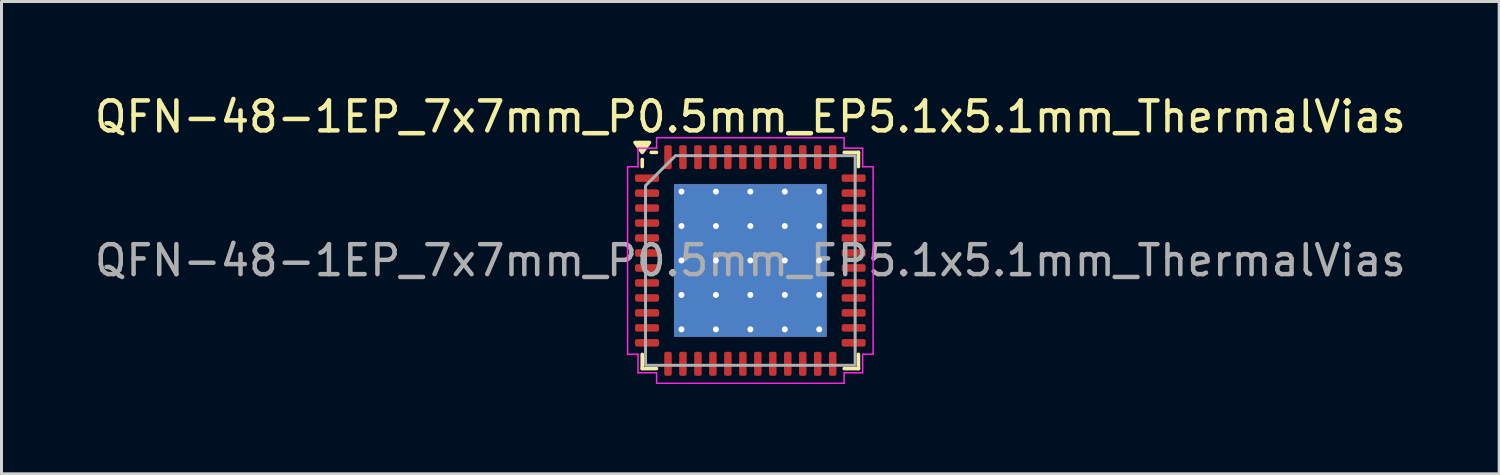
<source format=kicad_pcb>
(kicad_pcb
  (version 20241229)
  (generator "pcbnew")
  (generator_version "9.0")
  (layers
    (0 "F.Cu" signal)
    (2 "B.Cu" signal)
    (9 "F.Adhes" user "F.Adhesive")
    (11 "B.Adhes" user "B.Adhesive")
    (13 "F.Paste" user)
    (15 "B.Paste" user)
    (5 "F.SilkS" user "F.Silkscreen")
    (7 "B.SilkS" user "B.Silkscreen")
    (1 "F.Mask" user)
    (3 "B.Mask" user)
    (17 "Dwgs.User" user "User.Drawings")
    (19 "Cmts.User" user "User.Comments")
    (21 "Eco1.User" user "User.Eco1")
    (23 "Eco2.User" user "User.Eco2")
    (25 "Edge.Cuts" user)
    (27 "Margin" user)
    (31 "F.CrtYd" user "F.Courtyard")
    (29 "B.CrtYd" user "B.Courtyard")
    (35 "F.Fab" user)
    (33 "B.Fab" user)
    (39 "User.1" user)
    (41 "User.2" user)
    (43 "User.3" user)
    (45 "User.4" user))
  (footprint "QFN-48-1EP_7x7mm_P0.5mm_EP5.1x5.1mm_ThermalVias"
    (layer "F.Cu")
    (at 22.006 5.648)
    (property "Reference" "QFN-48-1EP_7x7mm_P0.5mm_EP5.1x5.1mm_ThermalVias" (at 0 -4.8 0) (layer "F.SilkS") (effects (font (size 1 1) (thickness 0.15))))
    (attr smd)
    (fp_line (start -3.61 -3.135) (end -3.61 -3.37) (stroke (width 0.12) (type solid)) (layer "F.SilkS"))
    (fp_line (start -3.61 3.61) (end -3.61 3.135) (stroke (width 0.12) (type solid)) (layer "F.SilkS"))
    (fp_line (start -3.135 -3.61) (end -3.31 -3.61) (stroke (width 0.12) (type solid)) (layer "F.SilkS"))
    (fp_line (start -3.135 3.61) (end -3.61 3.61) (stroke (width 0.12) (type solid)) (layer "F.SilkS"))
    (fp_line (start 3.135 -3.61) (end 3.61 -3.61) (stroke (width 0.12) (type solid)) (layer "F.SilkS"))
    (fp_line (start 3.135 3.61) (end 3.61 3.61) (stroke (width 0.12) (type solid)) (layer "F.SilkS"))
    (fp_line (start 3.61 -3.61) (end 3.61 -3.135) (stroke (width 0.12) (type solid)) (layer "F.SilkS"))
    (fp_line (start 3.61 3.61) (end 3.61 3.135) (stroke (width 0.12) (type solid)) (layer "F.SilkS"))
    (fp_poly (pts (xy -3.61 -3.61) (xy -3.85 -3.94) (xy -3.37 -3.94)) (stroke (width 0.12) (type solid)) (fill yes) (layer "F.SilkS"))
    (fp_line (start -4.1 -3.13) (end -3.75 -3.13) (stroke (width 0.05) (type solid)) (layer "F.CrtYd"))
    (fp_line (start -4.1 3.13) (end -4.1 -3.13) (stroke (width 0.05) (type solid)) (layer "F.CrtYd"))
    (fp_line (start -3.75 -3.75) (end -3.13 -3.75) (stroke (width 0.05) (type solid)) (layer "F.CrtYd"))
    (fp_line (start -3.75 -3.13) (end -3.75 -3.75) (stroke (width 0.05) (type solid)) (layer "F.CrtYd"))
    (fp_line (start -3.75 3.13) (end -4.1 3.13) (stroke (width 0.05) (type solid)) (layer "F.CrtYd"))
    (fp_line (start -3.75 3.75) (end -3.75 3.13) (stroke (width 0.05) (type solid)) (layer "F.CrtYd"))
    (fp_line (start -3.13 -4.1) (end 3.13 -4.1) (stroke (width 0.05) (type solid)) (layer "F.CrtYd"))
    (fp_line (start -3.13 -3.75) (end -3.13 -4.1) (stroke (width 0.05) (type solid)) (layer "F.CrtYd"))
    (fp_line (start -3.13 3.75) (end -3.75 3.75) (stroke (width 0.05) (type solid)) (layer "F.CrtYd"))
    (fp_line (start -3.13 4.1) (end -3.13 3.75) (stroke (width 0.05) (type solid)) (layer "F.CrtYd"))
    (fp_line (start 3.13 -4.1) (end 3.13 -3.75) (stroke (width 0.05) (type solid)) (layer "F.CrtYd"))
    (fp_line (start 3.13 -3.75) (end 3.75 -3.75) (stroke (width 0.05) (type solid)) (layer "F.CrtYd"))
    (fp_line (start 3.13 3.75) (end 3.13 4.1) (stroke (width 0.05) (type solid)) (layer "F.CrtYd"))
    (fp_line (start 3.13 4.1) (end -3.13 4.1) (stroke (width 0.05) (type solid)) (layer "F.CrtYd"))
    (fp_line (start 3.75 -3.75) (end 3.75 -3.13) (stroke (width 0.05) (type solid)) (layer "F.CrtYd"))
    (fp_line (start 3.75 -3.13) (end 4.1 -3.13) (stroke (width 0.05) (type solid)) (layer "F.CrtYd"))
    (fp_line (start 3.75 3.13) (end 3.75 3.75) (stroke (width 0.05) (type solid)) (layer "F.CrtYd"))
    (fp_line (start 3.75 3.75) (end 3.13 3.75) (stroke (width 0.05) (type solid)) (layer "F.CrtYd"))
    (fp_line (start 4.1 -3.13) (end 4.1 3.13) (stroke (width 0.05) (type solid)) (layer "F.CrtYd"))
    (fp_line (start 4.1 3.13) (end 3.75 3.13) (stroke (width 0.05) (type solid)) (layer "F.CrtYd"))
    (fp_poly (pts (xy -3.5 -2.5) (xy -3.5 3.5) (xy 3.5 3.5) (xy 3.5 -3.5) (xy -2.5 -3.5)) (stroke (width 0.1) (type solid)) (fill no) (layer "F.Fab"))
    (fp_text user "${REFERENCE}" (at 0 0 0) (layer "F.Fab") (effects (font (size 1 1) (thickness 0.15))))
    (pad "" smd roundrect (at -1.905 -1.905) (size 0.99 0.99) (layers "F.Paste") (roundrect_rratio 0.25))
    (pad "" smd roundrect (at -1.905 -0.635) (size 0.99 0.99) (layers "F.Paste") (roundrect_rratio 0.25))
    (pad "" smd roundrect (at -1.905 0.635) (size 0.99 0.99) (layers "F.Paste") (roundrect_rratio 0.25))
    (pad "" smd roundrect (at -1.905 1.905) (size 0.99 0.99) (layers "F.Paste") (roundrect_rratio 0.25))
    (pad "" smd roundrect (at -0.635 -1.905) (size 0.99 0.99) (layers "F.Paste") (roundrect_rratio 0.25))
    (pad "" smd roundrect (at -0.635 -0.635) (size 0.99 0.99) (layers "F.Paste") (roundrect_rratio 0.25))
    (pad "" smd roundrect (at -0.635 0.635) (size 0.99 0.99) (layers "F.Paste") (roundrect_rratio 0.25))
    (pad "" smd roundrect (at -0.635 1.905) (size 0.99 0.99) (layers "F.Paste") (roundrect_rratio 0.25))
    (pad "" smd roundrect (at 0.635 -1.905) (size 0.99 0.99) (layers "F.Paste") (roundrect_rratio 0.25))
    (pad "" smd roundrect (at 0.635 -0.635) (size 0.99 0.99) (layers "F.Paste") (roundrect_rratio 0.25))
    (pad "" smd roundrect (at 0.635 0.635) (size 0.99 0.99) (layers "F.Paste") (roundrect_rratio 0.25))
    (pad "" smd roundrect (at 0.635 1.905) (size 0.99 0.99) (layers "F.Paste") (roundrect_rratio 0.25))
    (pad "" smd roundrect (at 1.905 -1.905) (size 0.99 0.99) (layers "F.Paste") (roundrect_rratio 0.25))
    (pad "" smd roundrect (at 1.905 -0.635) (size 0.99 0.99) (layers "F.Paste") (roundrect_rratio 0.25))
    (pad "" smd roundrect (at 1.905 0.635) (size 0.99 0.99) (layers "F.Paste") (roundrect_rratio 0.25))
    (pad "" smd roundrect (at 1.905 1.905) (size 0.99 0.99) (layers "F.Paste") (roundrect_rratio 0.25))
    (pad "1" smd roundrect (at -3.45 -2.75) (size 0.8 0.25) (layers "F.Cu" "F.Mask" "F.Paste") (roundrect_rratio 0.25))
    (pad "2" smd roundrect (at -3.45 -2.25) (size 0.8 0.25) (layers "F.Cu" "F.Mask" "F.Paste") (roundrect_rratio 0.25))
    (pad "3" smd roundrect (at -3.45 -1.75) (size 0.8 0.25) (layers "F.Cu" "F.Mask" "F.Paste") (roundrect_rratio 0.25))
    (pad "4" smd roundrect (at -3.45 -1.25) (size 0.8 0.25) (layers "F.Cu" "F.Mask" "F.Paste") (roundrect_rratio 0.25))
    (pad "5" smd roundrect (at -3.45 -0.75) (size 0.8 0.25) (layers "F.Cu" "F.Mask" "F.Paste") (roundrect_rratio 0.25))
    (pad "6" smd roundrect (at -3.45 -0.25) (size 0.8 0.25) (layers "F.Cu" "F.Mask" "F.Paste") (roundrect_rratio 0.25))
    (pad "7" smd roundrect (at -3.45 0.25) (size 0.8 0.25) (layers "F.Cu" "F.Mask" "F.Paste") (roundrect_rratio 0.25))
    (pad "8" smd roundrect (at -3.45 0.75) (size 0.8 0.25) (layers "F.Cu" "F.Mask" "F.Paste") (roundrect_rratio 0.25))
    (pad "9" smd roundrect (at -3.45 1.25) (size 0.8 0.25) (layers "F.Cu" "F.Mask" "F.Paste") (roundrect_rratio 0.25))
    (pad "10" smd roundrect (at -3.45 1.75) (size 0.8 0.25) (layers "F.Cu" "F.Mask" "F.Paste") (roundrect_rratio 0.25))
    (pad "11" smd roundrect (at -3.45 2.25) (size 0.8 0.25) (layers "F.Cu" "F.Mask" "F.Paste") (roundrect_rratio 0.25))
    (pad "12" smd roundrect (at -3.45 2.75) (size 0.8 0.25) (layers "F.Cu" "F.Mask" "F.Paste") (roundrect_rratio 0.25))
    (pad "13" smd roundrect (at -2.75 3.45) (size 0.25 0.8) (layers "F.Cu" "F.Mask" "F.Paste") (roundrect_rratio 0.25))
    (pad "14" smd roundrect (at -2.25 3.45) (size 0.25 0.8) (layers "F.Cu" "F.Mask" "F.Paste") (roundrect_rratio 0.25))
    (pad "15" smd roundrect (at -1.75 3.45) (size 0.25 0.8) (layers "F.Cu" "F.Mask" "F.Paste") (roundrect_rratio 0.25))
    (pad "16" smd roundrect (at -1.25 3.45) (size 0.25 0.8) (layers "F.Cu" "F.Mask" "F.Paste") (roundrect_rratio 0.25))
    (pad "17" smd roundrect (at -0.75 3.45) (size 0.25 0.8) (layers "F.Cu" "F.Mask" "F.Paste") (roundrect_rratio 0.25))
    (pad "18" smd roundrect (at -0.25 3.45) (size 0.25 0.8) (layers "F.Cu" "F.Mask" "F.Paste") (roundrect_rratio 0.25))
    (pad "19" smd roundrect (at 0.25 3.45) (size 0.25 0.8) (layers "F.Cu" "F.Mask" "F.Paste") (roundrect_rratio 0.25))
    (pad "20" smd roundrect (at 0.75 3.45) (size 0.25 0.8) (layers "F.Cu" "F.Mask" "F.Paste") (roundrect_rratio 0.25))
    (pad "21" smd roundrect (at 1.25 3.45) (size 0.25 0.8) (layers "F.Cu" "F.Mask" "F.Paste") (roundrect_rratio 0.25))
    (pad "22" smd roundrect (at 1.75 3.45) (size 0.25 0.8) (layers "F.Cu" "F.Mask" "F.Paste") (roundrect_rratio 0.25))
    (pad "23" smd roundrect (at 2.25 3.45) (size 0.25 0.8) (layers "F.Cu" "F.Mask" "F.Paste") (roundrect_rratio 0.25))
    (pad "24" smd roundrect (at 2.75 3.45) (size 0.25 0.8) (layers "F.Cu" "F.Mask" "F.Paste") (roundrect_rratio 0.25))
    (pad "25" smd roundrect (at 3.45 2.75) (size 0.8 0.25) (layers "F.Cu" "F.Mask" "F.Paste") (roundrect_rratio 0.25))
    (pad "26" smd roundrect (at 3.45 2.25) (size 0.8 0.25) (layers "F.Cu" "F.Mask" "F.Paste") (roundrect_rratio 0.25))
    (pad "27" smd roundrect (at 3.45 1.75) (size 0.8 0.25) (layers "F.Cu" "F.Mask" "F.Paste") (roundrect_rratio 0.25))
    (pad "28" smd roundrect (at 3.45 1.25) (size 0.8 0.25) (layers "F.Cu" "F.Mask" "F.Paste") (roundrect_rratio 0.25))
    (pad "29" smd roundrect (at 3.45 0.75) (size 0.8 0.25) (layers "F.Cu" "F.Mask" "F.Paste") (roundrect_rratio 0.25))
    (pad "30" smd roundrect (at 3.45 0.25) (size 0.8 0.25) (layers "F.Cu" "F.Mask" "F.Paste") (roundrect_rratio 0.25))
    (pad "31" smd roundrect (at 3.45 -0.25) (size 0.8 0.25) (layers "F.Cu" "F.Mask" "F.Paste") (roundrect_rratio 0.25))
    (pad "32" smd roundrect (at 3.45 -0.75) (size 0.8 0.25) (layers "F.Cu" "F.Mask" "F.Paste") (roundrect_rratio 0.25))
    (pad "33" smd roundrect (at 3.45 -1.25) (size 0.8 0.25) (layers "F.Cu" "F.Mask" "F.Paste") (roundrect_rratio 0.25))
    (pad "34" smd roundrect (at 3.45 -1.75) (size 0.8 0.25) (layers "F.Cu" "F.Mask" "F.Paste") (roundrect_rratio 0.25))
    (pad "35" smd roundrect (at 3.45 -2.25) (size 0.8 0.25) (layers "F.Cu" "F.Mask" "F.Paste") (roundrect_rratio 0.25))
    (pad "36" smd roundrect (at 3.45 -2.75) (size 0.8 0.25) (layers "F.Cu" "F.Mask" "F.Paste") (roundrect_rratio 0.25))
    (pad "37" smd roundrect (at 2.75 -3.45) (size 0.25 0.8) (layers "F.Cu" "F.Mask" "F.Paste") (roundrect_rratio 0.25))
    (pad "38" smd roundrect (at 2.25 -3.45) (size 0.25 0.8) (layers "F.Cu" "F.Mask" "F.Paste") (roundrect_rratio 0.25))
    (pad "39" smd roundrect (at 1.75 -3.45) (size 0.25 0.8) (layers "F.Cu" "F.Mask" "F.Paste") (roundrect_rratio 0.25))
    (pad "40" smd roundrect (at 1.25 -3.45) (size 0.25 0.8) (layers "F.Cu" "F.Mask" "F.Paste") (roundrect_rratio 0.25))
    (pad "41" smd roundrect (at 0.75 -3.45) (size 0.25 0.8) (layers "F.Cu" "F.Mask" "F.Paste") (roundrect_rratio 0.25))
    (pad "42" smd roundrect (at 0.25 -3.45) (size 0.25 0.8) (layers "F.Cu" "F.Mask" "F.Paste") (roundrect_rratio 0.25))
    (pad "43" smd roundrect (at -0.25 -3.45) (size 0.25 0.8) (layers "F.Cu" "F.Mask" "F.Paste") (roundrect_rratio 0.25))
    (pad "44" smd roundrect (at -0.75 -3.45) (size 0.25 0.8) (layers "F.Cu" "F.Mask" "F.Paste") (roundrect_rratio 0.25))
    (pad "45" smd roundrect (at -1.25 -3.45) (size 0.25 0.8) (layers "F.Cu" "F.Mask" "F.Paste") (roundrect_rratio 0.25))
    (pad "46" smd roundrect (at -1.75 -3.45) (size 0.25 0.8) (layers "F.Cu" "F.Mask" "F.Paste") (roundrect_rratio 0.25))
    (pad "47" smd roundrect (at -2.25 -3.45) (size 0.25 0.8) (layers "F.Cu" "F.Mask" "F.Paste") (roundrect_rratio 0.25))
    (pad "48" smd roundrect (at -2.75 -3.45) (size 0.25 0.8) (layers "F.Cu" "F.Mask" "F.Paste") (roundrect_rratio 0.25))
    (pad "49" thru_hole circle (at -2.3 -2.3) (size 0.5 0.5) (drill 0.2) (property pad_prop_heatsink) (layers "*.Cu"))
    (pad "49" thru_hole circle (at -2.3 -1.15) (size 0.5 0.5) (drill 0.2) (property pad_prop_heatsink) (layers "*.Cu"))
    (pad "49" thru_hole circle (at -2.3 0) (size 0.5 0.5) (drill 0.2) (property pad_prop_heatsink) (layers "*.Cu"))
    (pad "49" thru_hole circle (at -2.3 1.15) (size 0.5 0.5) (drill 0.2) (property pad_prop_heatsink) (layers "*.Cu"))
    (pad "49" thru_hole circle (at -2.3 2.3) (size 0.5 0.5) (drill 0.2) (property pad_prop_heatsink) (layers "*.Cu"))
    (pad "49" thru_hole circle (at -1.15 -2.3) (size 0.5 0.5) (drill 0.2) (property pad_prop_heatsink) (layers "*.Cu"))
    (pad "49" thru_hole circle (at -1.15 -1.15) (size 0.5 0.5) (drill 0.2) (property pad_prop_heatsink) (layers "*.Cu"))
    (pad "49" thru_hole circle (at -1.15 0) (size 0.5 0.5) (drill 0.2) (property pad_prop_heatsink) (layers "*.Cu"))
    (pad "49" thru_hole circle (at -1.15 1.15) (size 0.5 0.5) (drill 0.2) (property pad_prop_heatsink) (layers "*.Cu"))
    (pad "49" thru_hole circle (at -1.15 2.3) (size 0.5 0.5) (drill 0.2) (property pad_prop_heatsink) (layers "*.Cu"))
    (pad "49" thru_hole circle (at 0 -2.3) (size 0.5 0.5) (drill 0.2) (property pad_prop_heatsink) (layers "*.Cu"))
    (pad "49" thru_hole circle (at 0 -1.15) (size 0.5 0.5) (drill 0.2) (property pad_prop_heatsink) (layers "*.Cu"))
    (pad "49" thru_hole circle (at 0 0) (size 0.5 0.5) (drill 0.2) (property pad_prop_heatsink) (layers "*.Cu"))
    (pad "49" smd rect (at 0 0) (size 5.1 5.1) (property pad_prop_heatsink) (layers "F.Cu" "F.Mask"))
    (pad "49" smd rect (at 0 0) (size 5.1 5.1) (property pad_prop_heatsink) (layers "B.Cu"))
    (pad "49" thru_hole circle (at 0 1.15) (size 0.5 0.5) (drill 0.2) (property pad_prop_heatsink) (layers "*.Cu"))
    (pad "49" thru_hole circle (at 0 2.3) (size 0.5 0.5) (drill 0.2) (property pad_prop_heatsink) (layers "*.Cu"))
    (pad "49" thru_hole circle (at 1.15 -2.3) (size 0.5 0.5) (drill 0.2) (property pad_prop_heatsink) (layers "*.Cu"))
    (pad "49" thru_hole circle (at 1.15 -1.15) (size 0.5 0.5) (drill 0.2) (property pad_prop_heatsink) (layers "*.Cu"))
    (pad "49" thru_hole circle (at 1.15 0) (size 0.5 0.5) (drill 0.2) (property pad_prop_heatsink) (layers "*.Cu"))
    (pad "49" thru_hole circle (at 1.15 1.15) (size 0.5 0.5) (drill 0.2) (property pad_prop_heatsink) (layers "*.Cu"))
    (pad "49" thru_hole circle (at 1.15 2.3) (size 0.5 0.5) (drill 0.2) (property pad_prop_heatsink) (layers "*.Cu"))
    (pad "49" thru_hole circle (at 2.3 -2.3) (size 0.5 0.5) (drill 0.2) (property pad_prop_heatsink) (layers "*.Cu"))
    (pad "49" thru_hole circle (at 2.3 -1.15) (size 0.5 0.5) (drill 0.2) (property pad_prop_heatsink) (layers "*.Cu"))
    (pad "49" thru_hole circle (at 2.3 0) (size 0.5 0.5) (drill 0.2) (property pad_prop_heatsink) (layers "*.Cu"))
    (pad "49" thru_hole circle (at 2.3 1.15) (size 0.5 0.5) (drill 0.2) (property pad_prop_heatsink) (layers "*.Cu"))
    (pad "49" thru_hole circle (at 2.3 2.3) (size 0.5 0.5) (drill 0.2) (property pad_prop_heatsink) (layers "*.Cu")))
  (gr_rect
    (start -3 -3)
    (end 47.012 12.773)
    (stroke (width 0.1) (type default))
    (fill no)
    (layer "Edge.Cuts")))
</source>
